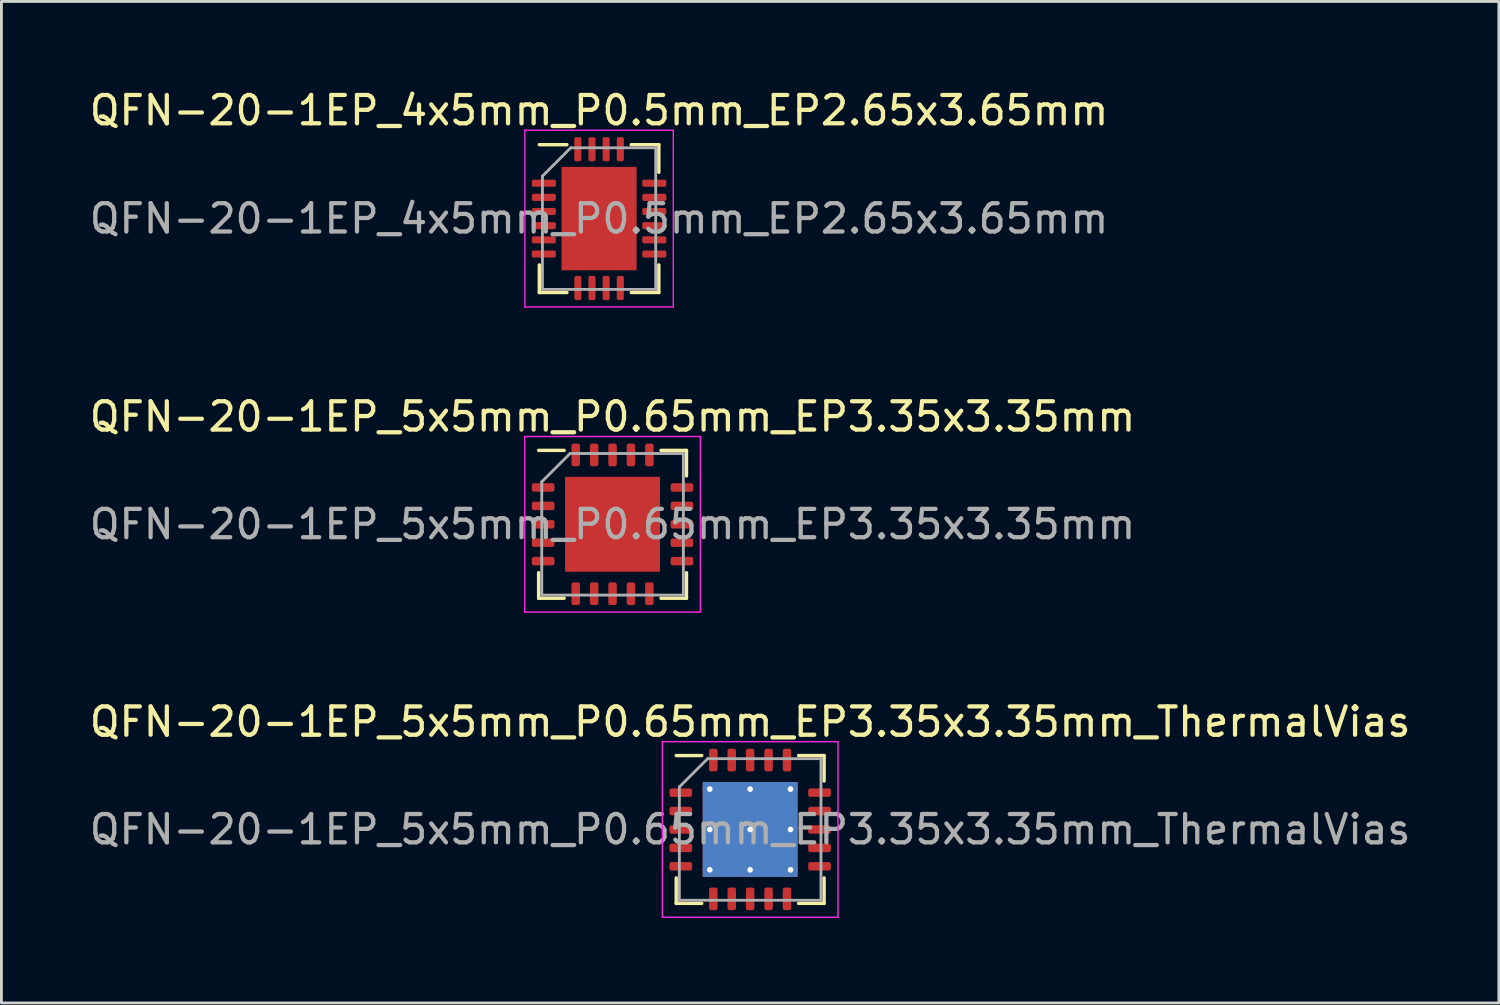
<source format=kicad_pcb>
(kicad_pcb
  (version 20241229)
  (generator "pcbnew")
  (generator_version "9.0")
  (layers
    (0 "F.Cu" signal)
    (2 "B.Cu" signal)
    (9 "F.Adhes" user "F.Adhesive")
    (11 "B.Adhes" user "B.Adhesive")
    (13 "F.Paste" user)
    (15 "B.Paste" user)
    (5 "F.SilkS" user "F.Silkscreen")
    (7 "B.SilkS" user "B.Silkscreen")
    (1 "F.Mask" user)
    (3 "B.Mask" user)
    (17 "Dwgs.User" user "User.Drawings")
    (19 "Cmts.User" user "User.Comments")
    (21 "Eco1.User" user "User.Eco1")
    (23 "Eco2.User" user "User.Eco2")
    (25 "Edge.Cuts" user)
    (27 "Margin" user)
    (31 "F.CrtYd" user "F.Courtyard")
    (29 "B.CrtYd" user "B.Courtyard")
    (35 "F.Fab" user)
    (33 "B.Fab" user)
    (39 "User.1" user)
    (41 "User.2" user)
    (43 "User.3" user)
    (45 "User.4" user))
  (footprint "QFN-20-1EP_4x5mm_P0.5mm_EP2.65x3.65mm"
    (layer "F.Cu")
    (at 18.101 4.668)
    (property "Reference" "QFN-20-1EP_4x5mm_P0.5mm_EP2.65x3.65mm" (at 0 -3.82 0) (layer "F.SilkS") (effects (font (size 1 1) (thickness 0.15))))
    (attr smd)
    (fp_line (start -2.11 2.61) (end -2.11 1.635) (stroke (width 0.12) (type solid)) (layer "F.SilkS"))
    (fp_line (start -1.135 -2.61) (end -2.11 -2.61) (stroke (width 0.12) (type solid)) (layer "F.SilkS"))
    (fp_line (start -1.135 2.61) (end -2.11 2.61) (stroke (width 0.12) (type solid)) (layer "F.SilkS"))
    (fp_line (start 1.135 -2.61) (end 2.11 -2.61) (stroke (width 0.12) (type solid)) (layer "F.SilkS"))
    (fp_line (start 1.135 2.61) (end 2.11 2.61) (stroke (width 0.12) (type solid)) (layer "F.SilkS"))
    (fp_line (start 2.11 -2.61) (end 2.11 -1.635) (stroke (width 0.12) (type solid)) (layer "F.SilkS"))
    (fp_line (start 2.11 2.61) (end 2.11 1.635) (stroke (width 0.12) (type solid)) (layer "F.SilkS"))
    (fp_line (start -2.62 -3.12) (end -2.62 3.12) (stroke (width 0.05) (type solid)) (layer "F.CrtYd"))
    (fp_line (start -2.62 3.12) (end 2.62 3.12) (stroke (width 0.05) (type solid)) (layer "F.CrtYd"))
    (fp_line (start 2.62 -3.12) (end -2.62 -3.12) (stroke (width 0.05) (type solid)) (layer "F.CrtYd"))
    (fp_line (start 2.62 3.12) (end 2.62 -3.12) (stroke (width 0.05) (type solid)) (layer "F.CrtYd"))
    (fp_line (start -2 -1.5) (end -1 -2.5) (stroke (width 0.1) (type solid)) (layer "F.Fab"))
    (fp_line (start -2 2.5) (end -2 -1.5) (stroke (width 0.1) (type solid)) (layer "F.Fab"))
    (fp_line (start -1 -2.5) (end 2 -2.5) (stroke (width 0.1) (type solid)) (layer "F.Fab"))
    (fp_line (start 2 -2.5) (end 2 2.5) (stroke (width 0.1) (type solid)) (layer "F.Fab"))
    (fp_line (start 2 2.5) (end -2 2.5) (stroke (width 0.1) (type solid)) (layer "F.Fab"))
    (fp_text user "${REFERENCE}" (at 0 0 0) (layer "F.Fab") (effects (font (size 1 1) (thickness 0.15))))
    (pad "" smd roundrect (at -0.66 -1.22) (size 1.07 0.98) (layers "F.Paste") (roundrect_rratio 0.25))
    (pad "" smd roundrect (at -0.66 0) (size 1.07 0.98) (layers "F.Paste") (roundrect_rratio 0.25))
    (pad "" smd roundrect (at -0.66 1.22) (size 1.07 0.98) (layers "F.Paste") (roundrect_rratio 0.25))
    (pad "" smd roundrect (at 0.66 -1.22) (size 1.07 0.98) (layers "F.Paste") (roundrect_rratio 0.25))
    (pad "" smd roundrect (at 0.66 0) (size 1.07 0.98) (layers "F.Paste") (roundrect_rratio 0.25))
    (pad "" smd roundrect (at 0.66 1.22) (size 1.07 0.98) (layers "F.Paste") (roundrect_rratio 0.25))
    (pad "1" smd roundrect (at -1.95 -1.25) (size 0.85 0.25) (layers "F.Cu" "F.Mask" "F.Paste") (roundrect_rratio 0.25))
    (pad "2" smd roundrect (at -1.95 -0.75) (size 0.85 0.25) (layers "F.Cu" "F.Mask" "F.Paste") (roundrect_rratio 0.25))
    (pad "3" smd roundrect (at -1.95 -0.25) (size 0.85 0.25) (layers "F.Cu" "F.Mask" "F.Paste") (roundrect_rratio 0.25))
    (pad "4" smd roundrect (at -1.95 0.25) (size 0.85 0.25) (layers "F.Cu" "F.Mask" "F.Paste") (roundrect_rratio 0.25))
    (pad "5" smd roundrect (at -1.95 0.75) (size 0.85 0.25) (layers "F.Cu" "F.Mask" "F.Paste") (roundrect_rratio 0.25))
    (pad "6" smd roundrect (at -1.95 1.25) (size 0.85 0.25) (layers "F.Cu" "F.Mask" "F.Paste") (roundrect_rratio 0.25))
    (pad "7" smd roundrect (at -0.75 2.45) (size 0.25 0.85) (layers "F.Cu" "F.Mask" "F.Paste") (roundrect_rratio 0.25))
    (pad "8" smd roundrect (at -0.25 2.45) (size 0.25 0.85) (layers "F.Cu" "F.Mask" "F.Paste") (roundrect_rratio 0.25))
    (pad "9" smd roundrect (at 0.25 2.45) (size 0.25 0.85) (layers "F.Cu" "F.Mask" "F.Paste") (roundrect_rratio 0.25))
    (pad "10" smd roundrect (at 0.75 2.45) (size 0.25 0.85) (layers "F.Cu" "F.Mask" "F.Paste") (roundrect_rratio 0.25))
    (pad "11" smd roundrect (at 1.95 1.25) (size 0.85 0.25) (layers "F.Cu" "F.Mask" "F.Paste") (roundrect_rratio 0.25))
    (pad "12" smd roundrect (at 1.95 0.75) (size 0.85 0.25) (layers "F.Cu" "F.Mask" "F.Paste") (roundrect_rratio 0.25))
    (pad "13" smd roundrect (at 1.95 0.25) (size 0.85 0.25) (layers "F.Cu" "F.Mask" "F.Paste") (roundrect_rratio 0.25))
    (pad "14" smd roundrect (at 1.95 -0.25) (size 0.85 0.25) (layers "F.Cu" "F.Mask" "F.Paste") (roundrect_rratio 0.25))
    (pad "15" smd roundrect (at 1.95 -0.75) (size 0.85 0.25) (layers "F.Cu" "F.Mask" "F.Paste") (roundrect_rratio 0.25))
    (pad "16" smd roundrect (at 1.95 -1.25) (size 0.85 0.25) (layers "F.Cu" "F.Mask" "F.Paste") (roundrect_rratio 0.25))
    (pad "17" smd roundrect (at 0.75 -2.45) (size 0.25 0.85) (layers "F.Cu" "F.Mask" "F.Paste") (roundrect_rratio 0.25))
    (pad "18" smd roundrect (at 0.25 -2.45) (size 0.25 0.85) (layers "F.Cu" "F.Mask" "F.Paste") (roundrect_rratio 0.25))
    (pad "19" smd roundrect (at -0.25 -2.45) (size 0.25 0.85) (layers "F.Cu" "F.Mask" "F.Paste") (roundrect_rratio 0.25))
    (pad "20" smd roundrect (at -0.75 -2.45) (size 0.25 0.85) (layers "F.Cu" "F.Mask" "F.Paste") (roundrect_rratio 0.25))
    (pad "21" smd rect (at 0 0) (size 2.65 3.65) (layers "F.Cu" "F.Mask")))
  (footprint "QFN-20-1EP_5x5mm_P0.65mm_EP3.35x3.35mm_ThermalVias"
    (layer "F.Cu")
    (at 23.435 26.235)
    (property "Reference" "QFN-20-1EP_5x5mm_P0.65mm_EP3.35x3.35mm_ThermalVias" (at 0 -3.8 0) (layer "F.SilkS") (effects (font (size 1 1) (thickness 0.15))))
    (attr smd)
    (fp_line (start -2.61 2.61) (end -2.61 1.71) (stroke (width 0.12) (type solid)) (layer "F.SilkS"))
    (fp_line (start -1.71 -2.61) (end -2.61 -2.61) (stroke (width 0.12) (type solid)) (layer "F.SilkS"))
    (fp_line (start -1.71 2.61) (end -2.61 2.61) (stroke (width 0.12) (type solid)) (layer "F.SilkS"))
    (fp_line (start 1.71 -2.61) (end 2.61 -2.61) (stroke (width 0.12) (type solid)) (layer "F.SilkS"))
    (fp_line (start 1.71 2.61) (end 2.61 2.61) (stroke (width 0.12) (type solid)) (layer "F.SilkS"))
    (fp_line (start 2.61 -2.61) (end 2.61 -1.71) (stroke (width 0.12) (type solid)) (layer "F.SilkS"))
    (fp_line (start 2.61 2.61) (end 2.61 1.71) (stroke (width 0.12) (type solid)) (layer "F.SilkS"))
    (fp_line (start -3.1 -3.1) (end -3.1 3.1) (stroke (width 0.05) (type solid)) (layer "F.CrtYd"))
    (fp_line (start -3.1 3.1) (end 3.1 3.1) (stroke (width 0.05) (type solid)) (layer "F.CrtYd"))
    (fp_line (start 3.1 -3.1) (end -3.1 -3.1) (stroke (width 0.05) (type solid)) (layer "F.CrtYd"))
    (fp_line (start 3.1 3.1) (end 3.1 -3.1) (stroke (width 0.05) (type solid)) (layer "F.CrtYd"))
    (fp_line (start -2.5 -1.5) (end -1.5 -2.5) (stroke (width 0.1) (type solid)) (layer "F.Fab"))
    (fp_line (start -2.5 2.5) (end -2.5 -1.5) (stroke (width 0.1) (type solid)) (layer "F.Fab"))
    (fp_line (start -1.5 -2.5) (end 2.5 -2.5) (stroke (width 0.1) (type solid)) (layer "F.Fab"))
    (fp_line (start 2.5 -2.5) (end 2.5 2.5) (stroke (width 0.1) (type solid)) (layer "F.Fab"))
    (fp_line (start 2.5 2.5) (end -2.5 2.5) (stroke (width 0.1) (type solid)) (layer "F.Fab"))
    (fp_text user "${REFERENCE}" (at 0 0 0) (layer "F.Fab") (effects (font (size 1 1) (thickness 0.15))))
    (pad "" smd roundrect (at -0.84 -0.84) (size 1.45 1.45) (layers "F.Paste") (roundrect_rratio 0.172))
    (pad "" smd roundrect (at -0.84 0.84) (size 1.45 1.45) (layers "F.Paste") (roundrect_rratio 0.172))
    (pad "" smd roundrect (at 0.84 -0.84) (size 1.45 1.45) (layers "F.Paste") (roundrect_rratio 0.172))
    (pad "" smd roundrect (at 0.84 0.84) (size 1.45 1.45) (layers "F.Paste") (roundrect_rratio 0.172))
    (pad "1" smd roundrect (at -2.45 -1.3) (size 0.8 0.3) (layers "F.Cu" "F.Mask" "F.Paste") (roundrect_rratio 0.25))
    (pad "2" smd roundrect (at -2.45 -0.65) (size 0.8 0.3) (layers "F.Cu" "F.Mask" "F.Paste") (roundrect_rratio 0.25))
    (pad "3" smd roundrect (at -2.45 0) (size 0.8 0.3) (layers "F.Cu" "F.Mask" "F.Paste") (roundrect_rratio 0.25))
    (pad "4" smd roundrect (at -2.45 0.65) (size 0.8 0.3) (layers "F.Cu" "F.Mask" "F.Paste") (roundrect_rratio 0.25))
    (pad "5" smd roundrect (at -2.45 1.3) (size 0.8 0.3) (layers "F.Cu" "F.Mask" "F.Paste") (roundrect_rratio 0.25))
    (pad "6" smd roundrect (at -1.3 2.45) (size 0.3 0.8) (layers "F.Cu" "F.Mask" "F.Paste") (roundrect_rratio 0.25))
    (pad "7" smd roundrect (at -0.65 2.45) (size 0.3 0.8) (layers "F.Cu" "F.Mask" "F.Paste") (roundrect_rratio 0.25))
    (pad "8" smd roundrect (at 0 2.45) (size 0.3 0.8) (layers "F.Cu" "F.Mask" "F.Paste") (roundrect_rratio 0.25))
    (pad "9" smd roundrect (at 0.65 2.45) (size 0.3 0.8) (layers "F.Cu" "F.Mask" "F.Paste") (roundrect_rratio 0.25))
    (pad "10" smd roundrect (at 1.3 2.45) (size 0.3 0.8) (layers "F.Cu" "F.Mask" "F.Paste") (roundrect_rratio 0.25))
    (pad "11" smd roundrect (at 2.45 1.3) (size 0.8 0.3) (layers "F.Cu" "F.Mask" "F.Paste") (roundrect_rratio 0.25))
    (pad "12" smd roundrect (at 2.45 0.65) (size 0.8 0.3) (layers "F.Cu" "F.Mask" "F.Paste") (roundrect_rratio 0.25))
    (pad "13" smd roundrect (at 2.45 0) (size 0.8 0.3) (layers "F.Cu" "F.Mask" "F.Paste") (roundrect_rratio 0.25))
    (pad "14" smd roundrect (at 2.45 -0.65) (size 0.8 0.3) (layers "F.Cu" "F.Mask" "F.Paste") (roundrect_rratio 0.25))
    (pad "15" smd roundrect (at 2.45 -1.3) (size 0.8 0.3) (layers "F.Cu" "F.Mask" "F.Paste") (roundrect_rratio 0.25))
    (pad "16" smd roundrect (at 1.3 -2.45) (size 0.3 0.8) (layers "F.Cu" "F.Mask" "F.Paste") (roundrect_rratio 0.25))
    (pad "17" smd roundrect (at 0.65 -2.45) (size 0.3 0.8) (layers "F.Cu" "F.Mask" "F.Paste") (roundrect_rratio 0.25))
    (pad "18" smd roundrect (at 0 -2.45) (size 0.3 0.8) (layers "F.Cu" "F.Mask" "F.Paste") (roundrect_rratio 0.25))
    (pad "19" smd roundrect (at -0.65 -2.45) (size 0.3 0.8) (layers "F.Cu" "F.Mask" "F.Paste") (roundrect_rratio 0.25))
    (pad "20" smd roundrect (at -1.3 -2.45) (size 0.3 0.8) (layers "F.Cu" "F.Mask" "F.Paste") (roundrect_rratio 0.25))
    (pad "21" thru_hole circle (at -1.425 -1.425) (size 0.5 0.5) (drill 0.2) (layers "*.Cu"))
    (pad "21" thru_hole circle (at -1.425 0) (size 0.5 0.5) (drill 0.2) (layers "*.Cu"))
    (pad "21" thru_hole circle (at -1.425 1.425) (size 0.5 0.5) (drill 0.2) (layers "*.Cu"))
    (pad "21" thru_hole circle (at 0 -1.425) (size 0.5 0.5) (drill 0.2) (layers "*.Cu"))
    (pad "21" thru_hole circle (at 0 0) (size 0.5 0.5) (drill 0.2) (layers "*.Cu"))
    (pad "21" smd rect (at 0 0) (size 3.35 3.35) (layers "F.Cu" "F.Mask"))
    (pad "21" smd rect (at 0 0) (size 3.35 3.35) (layers "B.Cu"))
    (pad "21" thru_hole circle (at 0 1.425) (size 0.5 0.5) (drill 0.2) (layers "*.Cu"))
    (pad "21" thru_hole circle (at 1.425 -1.425) (size 0.5 0.5) (drill 0.2) (layers "*.Cu"))
    (pad "21" thru_hole circle (at 1.425 0) (size 0.5 0.5) (drill 0.2) (layers "*.Cu"))
    (pad "21" thru_hole circle (at 1.425 1.425) (size 0.5 0.5) (drill 0.2) (layers "*.Cu")))
  (footprint "QFN-20-1EP_5x5mm_P0.65mm_EP3.35x3.35mm"
    (layer "F.Cu")
    (at 18.577 15.461)
    (property "Reference" "QFN-20-1EP_5x5mm_P0.65mm_EP3.35x3.35mm" (at 0 -3.8 0) (layer "F.SilkS") (effects (font (size 1 1) (thickness 0.15))))
    (attr smd)
    (fp_line (start -2.61 2.61) (end -2.61 1.71) (stroke (width 0.12) (type solid)) (layer "F.SilkS"))
    (fp_line (start -1.71 -2.61) (end -2.61 -2.61) (stroke (width 0.12) (type solid)) (layer "F.SilkS"))
    (fp_line (start -1.71 2.61) (end -2.61 2.61) (stroke (width 0.12) (type solid)) (layer "F.SilkS"))
    (fp_line (start 1.71 -2.61) (end 2.61 -2.61) (stroke (width 0.12) (type solid)) (layer "F.SilkS"))
    (fp_line (start 1.71 2.61) (end 2.61 2.61) (stroke (width 0.12) (type solid)) (layer "F.SilkS"))
    (fp_line (start 2.61 -2.61) (end 2.61 -1.71) (stroke (width 0.12) (type solid)) (layer "F.SilkS"))
    (fp_line (start 2.61 2.61) (end 2.61 1.71) (stroke (width 0.12) (type solid)) (layer "F.SilkS"))
    (fp_line (start -3.1 -3.1) (end -3.1 3.1) (stroke (width 0.05) (type solid)) (layer "F.CrtYd"))
    (fp_line (start -3.1 3.1) (end 3.1 3.1) (stroke (width 0.05) (type solid)) (layer "F.CrtYd"))
    (fp_line (start 3.1 -3.1) (end -3.1 -3.1) (stroke (width 0.05) (type solid)) (layer "F.CrtYd"))
    (fp_line (start 3.1 3.1) (end 3.1 -3.1) (stroke (width 0.05) (type solid)) (layer "F.CrtYd"))
    (fp_line (start -2.5 -1.5) (end -1.5 -2.5) (stroke (width 0.1) (type solid)) (layer "F.Fab"))
    (fp_line (start -2.5 2.5) (end -2.5 -1.5) (stroke (width 0.1) (type solid)) (layer "F.Fab"))
    (fp_line (start -1.5 -2.5) (end 2.5 -2.5) (stroke (width 0.1) (type solid)) (layer "F.Fab"))
    (fp_line (start 2.5 -2.5) (end 2.5 2.5) (stroke (width 0.1) (type solid)) (layer "F.Fab"))
    (fp_line (start 2.5 2.5) (end -2.5 2.5) (stroke (width 0.1) (type solid)) (layer "F.Fab"))
    (fp_text user "${REFERENCE}" (at 0 0 0) (layer "F.Fab") (effects (font (size 1 1) (thickness 0.15))))
    (pad "" smd roundrect (at -0.84 -0.84) (size 1.35 1.35) (layers "F.Paste") (roundrect_rratio 0.185))
    (pad "" smd roundrect (at -0.84 0.84) (size 1.35 1.35) (layers "F.Paste") (roundrect_rratio 0.185))
    (pad "" smd roundrect (at 0.84 -0.84) (size 1.35 1.35) (layers "F.Paste") (roundrect_rratio 0.185))
    (pad "" smd roundrect (at 0.84 0.84) (size 1.35 1.35) (layers "F.Paste") (roundrect_rratio 0.185))
    (pad "1" smd roundrect (at -2.45 -1.3) (size 0.8 0.3) (layers "F.Cu" "F.Mask" "F.Paste") (roundrect_rratio 0.25))
    (pad "2" smd roundrect (at -2.45 -0.65) (size 0.8 0.3) (layers "F.Cu" "F.Mask" "F.Paste") (roundrect_rratio 0.25))
    (pad "3" smd roundrect (at -2.45 0) (size 0.8 0.3) (layers "F.Cu" "F.Mask" "F.Paste") (roundrect_rratio 0.25))
    (pad "4" smd roundrect (at -2.45 0.65) (size 0.8 0.3) (layers "F.Cu" "F.Mask" "F.Paste") (roundrect_rratio 0.25))
    (pad "5" smd roundrect (at -2.45 1.3) (size 0.8 0.3) (layers "F.Cu" "F.Mask" "F.Paste") (roundrect_rratio 0.25))
    (pad "6" smd roundrect (at -1.3 2.45) (size 0.3 0.8) (layers "F.Cu" "F.Mask" "F.Paste") (roundrect_rratio 0.25))
    (pad "7" smd roundrect (at -0.65 2.45) (size 0.3 0.8) (layers "F.Cu" "F.Mask" "F.Paste") (roundrect_rratio 0.25))
    (pad "8" smd roundrect (at 0 2.45) (size 0.3 0.8) (layers "F.Cu" "F.Mask" "F.Paste") (roundrect_rratio 0.25))
    (pad "9" smd roundrect (at 0.65 2.45) (size 0.3 0.8) (layers "F.Cu" "F.Mask" "F.Paste") (roundrect_rratio 0.25))
    (pad "10" smd roundrect (at 1.3 2.45) (size 0.3 0.8) (layers "F.Cu" "F.Mask" "F.Paste") (roundrect_rratio 0.25))
    (pad "11" smd roundrect (at 2.45 1.3) (size 0.8 0.3) (layers "F.Cu" "F.Mask" "F.Paste") (roundrect_rratio 0.25))
    (pad "12" smd roundrect (at 2.45 0.65) (size 0.8 0.3) (layers "F.Cu" "F.Mask" "F.Paste") (roundrect_rratio 0.25))
    (pad "13" smd roundrect (at 2.45 0) (size 0.8 0.3) (layers "F.Cu" "F.Mask" "F.Paste") (roundrect_rratio 0.25))
    (pad "14" smd roundrect (at 2.45 -0.65) (size 0.8 0.3) (layers "F.Cu" "F.Mask" "F.Paste") (roundrect_rratio 0.25))
    (pad "15" smd roundrect (at 2.45 -1.3) (size 0.8 0.3) (layers "F.Cu" "F.Mask" "F.Paste") (roundrect_rratio 0.25))
    (pad "16" smd roundrect (at 1.3 -2.45) (size 0.3 0.8) (layers "F.Cu" "F.Mask" "F.Paste") (roundrect_rratio 0.25))
    (pad "17" smd roundrect (at 0.65 -2.45) (size 0.3 0.8) (layers "F.Cu" "F.Mask" "F.Paste") (roundrect_rratio 0.25))
    (pad "18" smd roundrect (at 0 -2.45) (size 0.3 0.8) (layers "F.Cu" "F.Mask" "F.Paste") (roundrect_rratio 0.25))
    (pad "19" smd roundrect (at -0.65 -2.45) (size 0.3 0.8) (layers "F.Cu" "F.Mask" "F.Paste") (roundrect_rratio 0.25))
    (pad "20" smd roundrect (at -1.3 -2.45) (size 0.3 0.8) (layers "F.Cu" "F.Mask" "F.Paste") (roundrect_rratio 0.25))
    (pad "21" smd rect (at 0 0) (size 3.35 3.35) (layers "F.Cu" "F.Mask")))
  (gr_rect
    (start -3 -3)
    (end 49.869 32.36)
    (stroke (width 0.1) (type default))
    (fill no)
    (layer "Edge.Cuts")))
</source>
